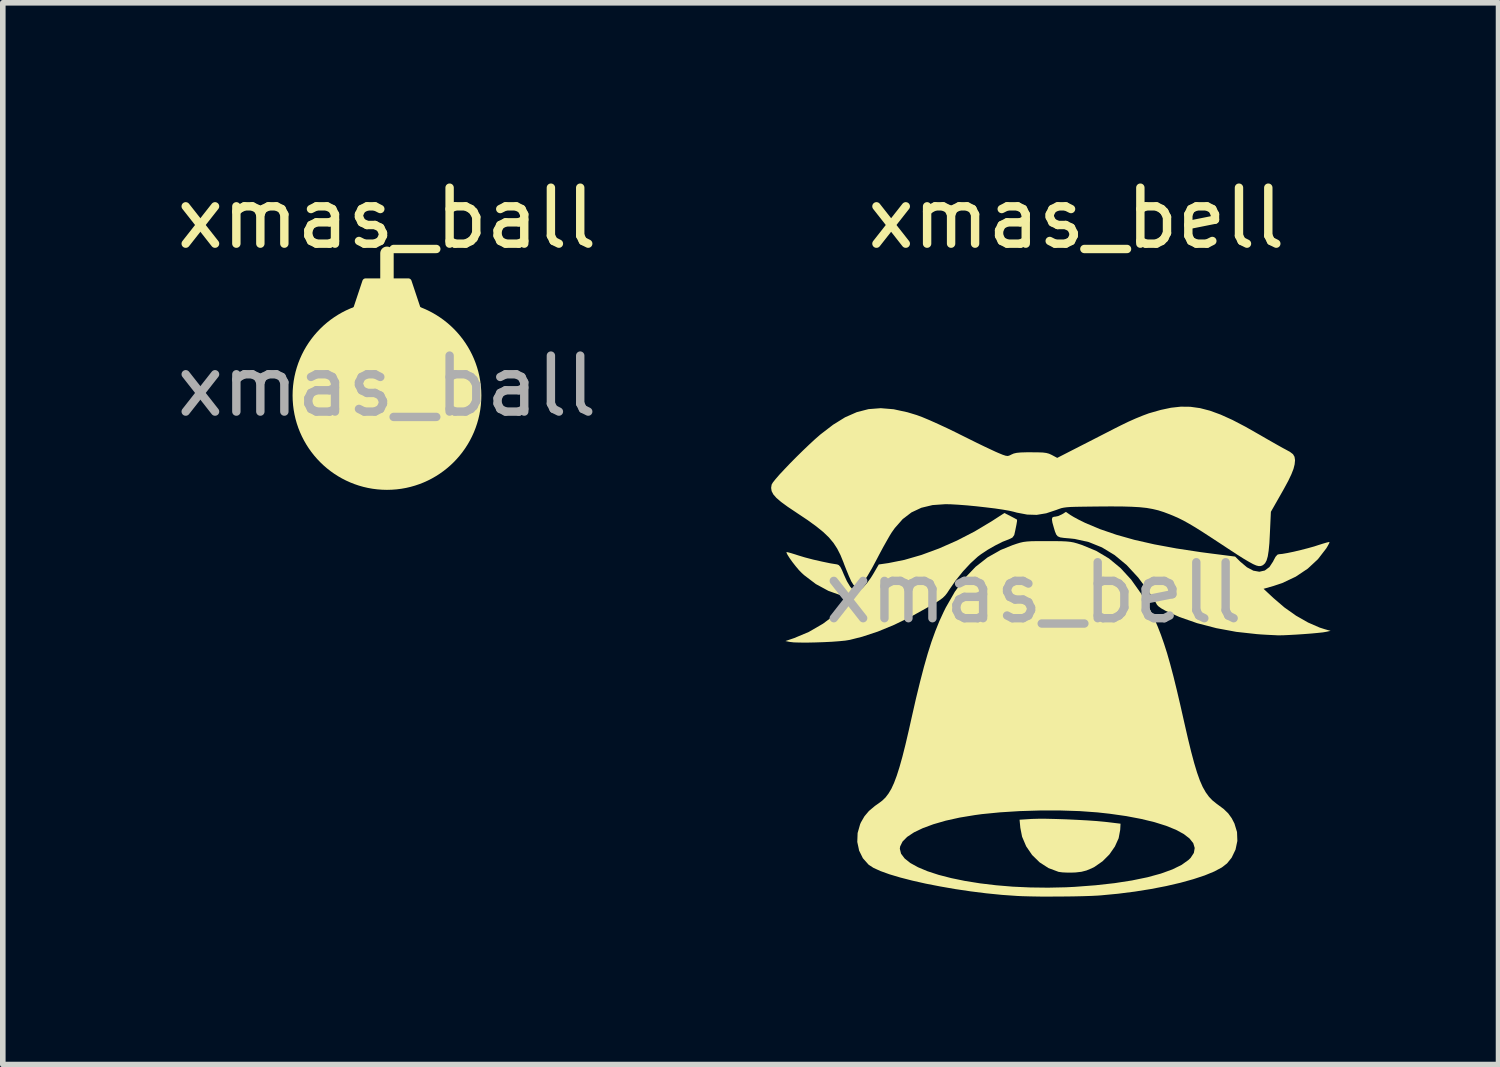
<source format=kicad_pcb>
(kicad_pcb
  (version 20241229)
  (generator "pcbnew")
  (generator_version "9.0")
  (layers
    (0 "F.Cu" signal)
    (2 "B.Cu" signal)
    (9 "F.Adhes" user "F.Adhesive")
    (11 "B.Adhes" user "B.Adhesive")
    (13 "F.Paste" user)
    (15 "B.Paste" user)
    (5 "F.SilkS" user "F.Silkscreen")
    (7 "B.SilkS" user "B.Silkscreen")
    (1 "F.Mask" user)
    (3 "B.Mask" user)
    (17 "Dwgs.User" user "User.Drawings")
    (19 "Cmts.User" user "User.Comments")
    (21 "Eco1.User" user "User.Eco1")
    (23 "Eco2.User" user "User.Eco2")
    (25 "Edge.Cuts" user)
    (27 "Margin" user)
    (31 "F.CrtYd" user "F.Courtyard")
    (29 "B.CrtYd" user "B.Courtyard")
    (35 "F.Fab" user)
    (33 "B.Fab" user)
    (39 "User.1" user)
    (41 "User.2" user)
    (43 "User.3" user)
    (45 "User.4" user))
  (footprint "xmas_ball"
    (layer "F.Cu")
    (at 3.863 1.348)
    (property "Reference" "xmas_ball" (at 0 -0.5 0) (unlocked yes) (layer "F.SilkS") (effects (font (size 1 1) (thickness 0.15))))
    (fp_line (start 0 0.635) (end 0 0.127) (stroke (width 0.24) (type default)) (layer "F.SilkS"))
    (fp_circle (center 0 2.667) (end 1.626 2.667) (stroke (width 0.12) (type solid)) (fill yes) (layer "F.SilkS"))
    (fp_poly (pts (xy -0.381 0.635) (xy 0.381 0.635) (xy 0.635 1.397) (xy -0.635 1.397)) (stroke (width 0.12) (type solid)) (fill yes) (layer "F.SilkS"))
    (fp_text user "${REFERENCE}" (at 0 2.5 0) (unlocked yes) (layer "F.Fab") (effects (font (size 1 1) (thickness 0.15)))))
  (footprint "xmas_bell"
    (layer "F.Cu")
    (at 15.417 5.039)
    (property "Reference" "xmas_bell" (at 0.762 -4.191 0) (unlocked yes) (layer "F.SilkS") (effects (font (size 1 1) (thickness 0.15))))
    (fp_poly (pts (xy 0.223 6.538) (xy 0.394 6.542) (xy 0.58 6.548) (xy 0.77 6.557) (xy 0.956 6.567) (xy 1.127 6.579) (xy 1.274 6.593) (xy 1.328 6.599) (xy 1.551 6.626) (xy 1.545 6.737) (xy 1.517 6.886) (xy 1.45 7.034) (xy 1.352 7.175) (xy 1.229 7.298) (xy 1.087 7.397) (xy 1.036 7.423) (xy 0.942 7.462) (xy 0.853 7.485) (xy 0.749 7.497) (xy 0.707 7.499) (xy 0.609 7.5) (xy 0.516 7.496) (xy 0.447 7.487) (xy 0.44 7.485) (xy 0.264 7.419) (xy 0.106 7.317) (xy -0.029 7.185) (xy -0.135 7.03) (xy -0.208 6.858) (xy -0.239 6.7) (xy -0.253 6.555) (xy -0.034 6.541) (xy 0.077 6.538)) (stroke (width 0) (type solid)) (fill yes) (layer "F.SilkS"))
    (fp_poly (pts (xy -0.415 1.131) (xy -0.354 1.163) (xy -0.311 1.187) (xy -0.298 1.194) (xy -0.298 1.22) (xy -0.309 1.286) (xy -0.331 1.394) (xy -0.348 1.469) (xy -0.381 1.515) (xy -0.442 1.545) (xy -0.555 1.589) (xy -0.686 1.655) (xy -0.821 1.732) (xy -0.943 1.813) (xy -1 1.856) (xy -1.129 1.974) (xy -1.264 2.119) (xy -1.392 2.278) (xy -1.503 2.438) (xy -1.505 2.441) (xy -1.545 2.502) (xy -1.582 2.55) (xy -1.625 2.592) (xy -1.682 2.634) (xy -1.761 2.684) (xy -1.867 2.746) (xy -2.192 2.927) (xy -2.496 3.075) (xy -2.785 3.194) (xy -3.064 3.286) (xy -3.285 3.342) (xy -3.364 3.355) (xy -3.476 3.366) (xy -3.61 3.376) (xy -3.757 3.383) (xy -3.908 3.388) (xy -4.052 3.391) (xy -4.182 3.39) (xy -4.286 3.387) (xy -4.356 3.379) (xy -4.357 3.379) (xy -4.436 3.363) (xy -4.279 3.31) (xy -4.019 3.201) (xy -3.764 3.053) (xy -3.52 2.87) (xy -3.409 2.77) (xy -3.238 2.608) (xy -3.419 2.556) (xy -3.669 2.466) (xy -3.892 2.345) (xy -4.1 2.187) (xy -4.143 2.148) (xy -4.195 2.095) (xy -4.252 2.027) (xy -4.31 1.953) (xy -4.36 1.883) (xy -4.398 1.823) (xy -4.417 1.784) (xy -4.416 1.774) (xy -4.393 1.777) (xy -4.337 1.792) (xy -4.259 1.816) (xy -4.21 1.832) (xy -4.088 1.869) (xy -3.939 1.908) (xy -3.78 1.944) (xy -3.631 1.975) (xy -3.512 1.994) (xy -3.483 2.006) (xy -3.455 2.037) (xy -3.425 2.096) (xy -3.391 2.177) (xy -3.337 2.295) (xy -3.28 2.39) (xy -3.224 2.454) (xy -3.173 2.481) (xy -3.165 2.482) (xy -3.115 2.463) (xy -3.051 2.41) (xy -2.98 2.331) (xy -2.908 2.231) (xy -2.868 2.167) (xy -2.768 1.995) (xy -2.594 1.97) (xy -2.31 1.913) (xy -2.006 1.825) (xy -1.691 1.709) (xy -1.371 1.568) (xy -1.057 1.406) (xy -0.756 1.226) (xy -0.748 1.221) (xy -0.524 1.076)) (stroke (width 0) (type solid)) (fill yes) (layer "F.SilkS"))
    (fp_poly (pts (xy 0.658 1.113) (xy 0.718 1.149) (xy 0.803 1.195) (xy 0.898 1.242) (xy 0.923 1.254) (xy 1.185 1.364) (xy 1.476 1.464) (xy 1.798 1.555) (xy 2.155 1.636) (xy 2.55 1.709) (xy 2.984 1.775) (xy 3.167 1.799) (xy 3.598 1.854) (xy 3.691 1.946) (xy 3.81 2.046) (xy 3.924 2.106) (xy 4.031 2.125) (xy 4.128 2.103) (xy 4.211 2.041) (xy 4.278 1.939) (xy 4.28 1.933) (xy 4.32 1.858) (xy 4.354 1.82) (xy 4.381 1.812) (xy 4.442 1.806) (xy 4.535 1.79) (xy 4.65 1.766) (xy 4.775 1.736) (xy 4.9 1.704) (xy 5.014 1.672) (xy 5.072 1.653) (xy 5.16 1.625) (xy 5.231 1.604) (xy 5.275 1.594) (xy 5.284 1.594) (xy 5.278 1.616) (xy 5.253 1.663) (xy 5.227 1.707) (xy 5.078 1.9) (xy 4.895 2.07) (xy 4.681 2.213) (xy 4.442 2.326) (xy 4.287 2.378) (xy 4.106 2.43) (xy 4.283 2.595) (xy 4.479 2.763) (xy 4.688 2.911) (xy 4.901 3.032) (xy 5.107 3.122) (xy 5.204 3.153) (xy 5.304 3.181) (xy 5.226 3.198) (xy 5.167 3.208) (xy 5.073 3.218) (xy 4.955 3.229) (xy 4.823 3.239) (xy 4.689 3.248) (xy 4.561 3.255) (xy 4.452 3.26) (xy 4.37 3.261) (xy 4.362 3.261) (xy 4.284 3.257) (xy 4.177 3.252) (xy 4.059 3.245) (xy 3.984 3.239) (xy 3.62 3.199) (xy 3.263 3.133) (xy 2.92 3.044) (xy 2.602 2.933) (xy 2.352 2.821) (xy 2.281 2.781) (xy 2.227 2.742) (xy 2.202 2.715) (xy 2.184 2.681) (xy 2.146 2.62) (xy 2.097 2.543) (xy 2.064 2.494) (xy 1.867 2.229) (xy 1.661 2.006) (xy 1.445 1.827) (xy 1.219 1.69) (xy 0.981 1.594) (xy 0.731 1.539) (xy 0.647 1.53) (xy 0.542 1.521) (xy 0.473 1.511) (xy 0.429 1.492) (xy 0.402 1.46) (xy 0.38 1.407) (xy 0.36 1.34) (xy 0.334 1.247) (xy 0.325 1.188) (xy 0.333 1.156) (xy 0.36 1.143) (xy 0.385 1.141) (xy 0.438 1.13) (xy 0.499 1.102) (xy 0.505 1.099) (xy 0.575 1.056)) (stroke (width 0) (type solid)) (fill yes) (layer "F.SilkS"))
    (fp_poly (pts (xy 0.245 1.578) (xy 0.391 1.578) (xy 0.502 1.58) (xy 0.587 1.584) (xy 0.655 1.591) (xy 0.715 1.602) (xy 0.776 1.619) (xy 0.847 1.642) (xy 0.865 1.648) (xy 1.116 1.752) (xy 1.344 1.888) (xy 1.551 2.059) (xy 1.741 2.266) (xy 1.915 2.511) (xy 2.075 2.798) (xy 2.09 2.827) (xy 2.155 2.966) (xy 2.216 3.107) (xy 2.273 3.253) (xy 2.328 3.41) (xy 2.383 3.582) (xy 2.438 3.775) (xy 2.496 3.994) (xy 2.557 4.242) (xy 2.623 4.524) (xy 2.691 4.825) (xy 2.755 5.104) (xy 2.813 5.342) (xy 2.867 5.544) (xy 2.918 5.713) (xy 2.968 5.854) (xy 3.019 5.97) (xy 3.073 6.065) (xy 3.13 6.144) (xy 3.192 6.209) (xy 3.261 6.265) (xy 3.28 6.279) (xy 3.392 6.362) (xy 3.474 6.441) (xy 3.537 6.528) (xy 3.586 6.623) (xy 3.632 6.775) (xy 3.638 6.934) (xy 3.605 7.09) (xy 3.535 7.235) (xy 3.453 7.336) (xy 3.36 7.408) (xy 3.225 7.48) (xy 3.055 7.55) (xy 2.852 7.617) (xy 2.622 7.681) (xy 2.368 7.74) (xy 2.095 7.793) (xy 1.807 7.839) (xy 1.508 7.877) (xy 1.203 7.906) (xy 1.149 7.91) (xy 1.031 7.916) (xy 0.878 7.921) (xy 0.701 7.925) (xy 0.509 7.927) (xy 0.313 7.928) (xy 0.122 7.928) (xy -0.054 7.925) (xy -0.204 7.921) (xy -0.292 7.917) (xy -0.565 7.898) (xy -0.845 7.87) (xy -1.125 7.835) (xy -1.402 7.794) (xy -1.671 7.747) (xy -1.928 7.697) (xy -2.168 7.643) (xy -2.386 7.587) (xy -2.577 7.53) (xy -2.738 7.472) (xy -2.863 7.415) (xy -2.949 7.359) (xy -2.949 7.359) (xy -3.052 7.243) (xy -3.12 7.105) (xy -3.126 7.073) (xy -2.392 7.073) (xy -2.37 7.162) (xy -2.306 7.247) (xy -2.205 7.328) (xy -2.067 7.404) (xy -1.898 7.475) (xy -1.699 7.54) (xy -1.474 7.598) (xy -1.226 7.649) (xy -0.957 7.692) (xy -0.672 7.726) (xy -0.373 7.751) (xy -0.062 7.765) (xy 0.256 7.769) (xy 0.579 7.762) (xy 0.736 7.754) (xy 1.105 7.726) (xy 1.446 7.688) (xy 1.755 7.64) (xy 2.032 7.583) (xy 2.273 7.517) (xy 2.477 7.443) (xy 2.642 7.362) (xy 2.766 7.273) (xy 2.803 7.237) (xy 2.861 7.148) (xy 2.876 7.06) (xy 2.85 6.974) (xy 2.784 6.891) (xy 2.681 6.811) (xy 2.541 6.735) (xy 2.366 6.664) (xy 2.159 6.599) (xy 1.92 6.541) (xy 1.652 6.49) (xy 1.356 6.448) (xy 1.138 6.424) (xy 0.82 6.401) (xy 0.475 6.39) (xy 0.114 6.39) (xy -0.249 6.401) (xy -0.6 6.423) (xy -0.926 6.455) (xy -1.051 6.472) (xy -1.324 6.517) (xy -1.572 6.572) (xy -1.793 6.636) (xy -1.982 6.706) (xy -2.139 6.781) (xy -2.261 6.862) (xy -2.344 6.946) (xy -2.386 7.032) (xy -2.392 7.073) (xy -3.126 7.073) (xy -3.152 6.952) (xy -3.146 6.793) (xy -3.101 6.635) (xy -3.087 6.603) (xy -3.024 6.494) (xy -2.944 6.399) (xy -2.837 6.309) (xy -2.77 6.262) (xy -2.706 6.214) (xy -2.647 6.157) (xy -2.594 6.087) (xy -2.543 6.002) (xy -2.495 5.897) (xy -2.447 5.769) (xy -2.398 5.615) (xy -2.346 5.43) (xy -2.291 5.212) (xy -2.231 4.955) (xy -2.18 4.727) (xy -2.103 4.388) (xy -2.03 4.089) (xy -1.961 3.824) (xy -1.894 3.589) (xy -1.827 3.378) (xy -1.758 3.187) (xy -1.687 3.011) (xy -1.611 2.846) (xy -1.571 2.765) (xy -1.409 2.482) (xy -1.233 2.24) (xy -1.039 2.037) (xy -0.825 1.869) (xy -0.588 1.735) (xy -0.381 1.651) (xy -0.305 1.625) (xy -0.243 1.606) (xy -0.185 1.593) (xy -0.122 1.585) (xy -0.046 1.58) (xy 0.053 1.578) (xy 0.185 1.578)) (stroke (width 0) (type solid)) (fill yes) (layer "F.SilkS"))
    (fp_poly (pts (xy 2.799 -0.822) (xy 2.971 -0.798) (xy 3.149 -0.752) (xy 3.34 -0.682) (xy 3.55 -0.587) (xy 3.782 -0.466) (xy 4.044 -0.317) (xy 4.046 -0.316) (xy 4.165 -0.247) (xy 4.279 -0.182) (xy 4.378 -0.126) (xy 4.453 -0.084) (xy 4.489 -0.065) (xy 4.577 -0.017) (xy 4.632 0.025) (xy 4.659 0.071) (xy 4.668 0.128) (xy 4.668 0.139) (xy 4.661 0.208) (xy 4.641 0.287) (xy 4.604 0.382) (xy 4.548 0.5) (xy 4.47 0.644) (xy 4.409 0.752) (xy 4.237 1.054) (xy 4.219 1.441) (xy 4.21 1.615) (xy 4.197 1.75) (xy 4.181 1.851) (xy 4.16 1.923) (xy 4.133 1.973) (xy 4.098 2.005) (xy 4.079 2.015) (xy 4.051 2.024) (xy 4.018 2.024) (xy 3.975 2.013) (xy 3.92 1.989) (xy 3.847 1.949) (xy 3.752 1.893) (xy 3.632 1.817) (xy 3.482 1.719) (xy 3.353 1.634) (xy 3.167 1.512) (xy 3.013 1.412) (xy 2.884 1.331) (xy 2.774 1.266) (xy 2.679 1.213) (xy 2.591 1.169) (xy 2.506 1.131) (xy 2.431 1.1) (xy 2.325 1.06) (xy 2.225 1.028) (xy 2.124 1.004) (xy 2.016 0.985) (xy 1.893 0.972) (xy 1.75 0.964) (xy 1.58 0.959) (xy 1.376 0.958) (xy 1.205 0.959) (xy 1.016 0.961) (xy 0.866 0.963) (xy 0.748 0.965) (xy 0.658 0.968) (xy 0.59 0.973) (xy 0.537 0.98) (xy 0.494 0.989) (xy 0.455 1.002) (xy 0.414 1.017) (xy 0.404 1.021) (xy 0.223 1.081) (xy 0.054 1.109) (xy -0.116 1.104) (xy -0.301 1.069) (xy -0.359 1.053) (xy -0.438 1.035) (xy -0.553 1.015) (xy -0.695 0.994) (xy -0.853 0.975) (xy -1.02 0.956) (xy -1.186 0.94) (xy -1.342 0.928) (xy -1.479 0.92) (xy -1.577 0.918) (xy -1.807 0.934) (xy -2.007 0.982) (xy -2.184 1.065) (xy -2.341 1.185) (xy -2.482 1.345) (xy -2.536 1.421) (xy -2.575 1.484) (xy -2.628 1.577) (xy -2.691 1.689) (xy -2.757 1.812) (xy -2.796 1.887) (xy -2.89 2.063) (xy -2.97 2.2) (xy -3.036 2.299) (xy -3.092 2.362) (xy -3.14 2.392) (xy -3.183 2.39) (xy -3.221 2.358) (xy -3.259 2.297) (xy -3.269 2.275) (xy -3.303 2.199) (xy -3.344 2.099) (xy -3.386 1.993) (xy -3.399 1.957) (xy -3.452 1.827) (xy -3.51 1.713) (xy -3.577 1.61) (xy -3.658 1.513) (xy -3.759 1.416) (xy -3.884 1.315) (xy -4.038 1.203) (xy -4.227 1.077) (xy -4.246 1.064) (xy -4.397 0.963) (xy -4.513 0.878) (xy -4.597 0.806) (xy -4.652 0.743) (xy -4.682 0.685) (xy -4.691 0.627) (xy -4.682 0.568) (xy -4.661 0.532) (xy -4.612 0.47) (xy -4.541 0.388) (xy -4.451 0.292) (xy -4.348 0.184) (xy -4.237 0.072) (xy -4.123 -0.04) (xy -4.011 -0.147) (xy -3.906 -0.244) (xy -3.812 -0.326) (xy -3.807 -0.33) (xy -3.583 -0.502) (xy -3.37 -0.634) (xy -3.161 -0.726) (xy -2.951 -0.78) (xy -2.733 -0.797) (xy -2.503 -0.778) (xy -2.255 -0.724) (xy -2.09 -0.674) (xy -1.99 -0.637) (xy -1.859 -0.582) (xy -1.705 -0.513) (xy -1.537 -0.435) (xy -1.362 -0.35) (xy -1.321 -0.329) (xy -1.17 -0.254) (xy -1.023 -0.181) (xy -0.887 -0.115) (xy -0.77 -0.06) (xy -0.68 -0.018) (xy -0.634 0.002) (xy -0.552 0.036) (xy -0.499 0.053) (xy -0.462 0.057) (xy -0.43 0.047) (xy -0.398 0.031) (xy -0.357 0.013) (xy -0.304 0.001) (xy -0.231 -0.006) (xy -0.127 -0.009) (xy -0.046 -0.009) (xy 0.075 -0.008) (xy 0.162 -0.005) (xy 0.224 0.003) (xy 0.273 0.016) (xy 0.317 0.036) (xy 0.327 0.041) (xy 0.42 0.091) (xy 0.84 -0.124) (xy 0.991 -0.201) (xy 1.151 -0.283) (xy 1.309 -0.364) (xy 1.451 -0.437) (xy 1.557 -0.49) (xy 1.684 -0.552) (xy 1.821 -0.613) (xy 1.951 -0.666) (xy 2.059 -0.706) (xy 2.07 -0.709) (xy 2.27 -0.766) (xy 2.454 -0.805) (xy 2.628 -0.824)) (stroke (width 0) (type solid)) (fill yes) (layer "F.SilkS"))
    (fp_text user "${REFERENCE}" (at 0 2.5 0) (unlocked yes) (layer "F.Fab") (effects (font (size 1 1) (thickness 0.15)))))
  (gr_rect
    (start -3 -3)
    (end 23.721 15.967)
    (stroke (width 0.1) (type default))
    (fill no)
    (layer "Edge.Cuts")))
</source>
